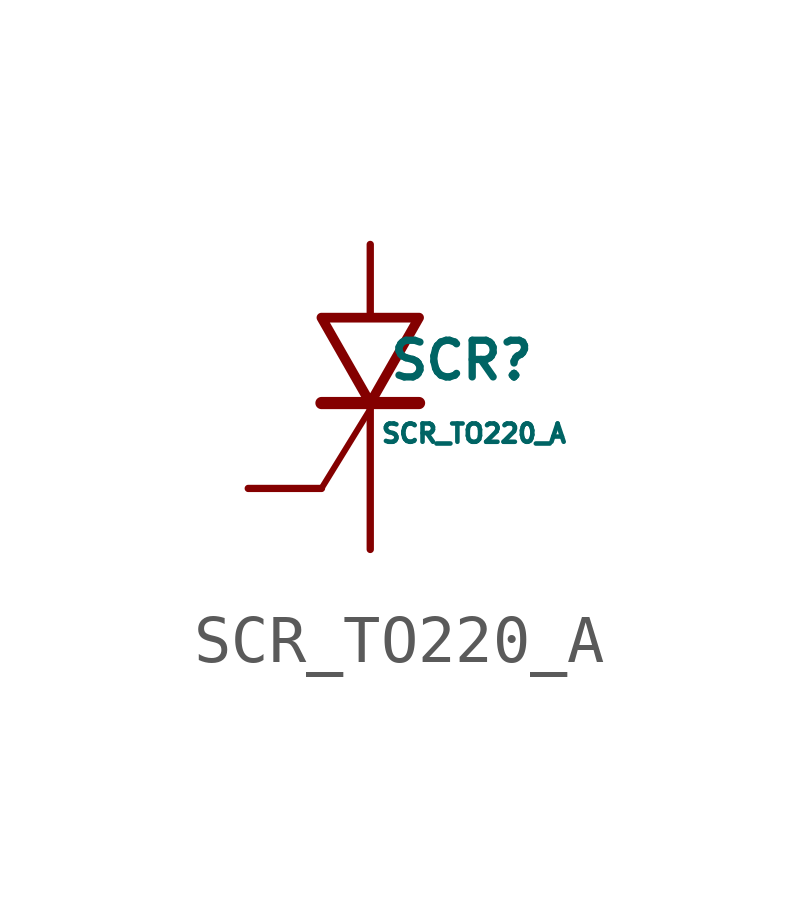
<source format=kicad_sym>
(kicad_symbol_lib
  (version 20210619)
  (generator kicad_symbol_editor)
  (symbol "SCR_TO220_A"
    (pin_numbers hide)
    (pin_names
      (offset 1.016) hide)
    (property "Reference" "SCR"
      (at 1.905 0.127 0)
      (effects (font (size 0.762 0.762))))
    (property "Value" "SCR_TO220_A"
      (at 2.159 -1.397 0)
      (effects (font (size 0.381 0.381))))
    (symbol "SCR_TO220_A_0_1"
      (polyline (pts (xy -1.016 -2.54) (xy 0 -0.889)) (stroke (width 0.127)) (fill (type none)))
      (polyline (pts (xy -1.016 -0.762) (xy 1.016 -0.762)) (stroke (width 0.254)) (fill (type none)))
      (polyline (pts (xy 1.016 1.016) (xy -1.016 1.016) (xy 0 -0.762) (xy 1.016 1.016)) (stroke (width 0.203)) (fill (type none))))
    (symbol "SCR_TO220_A_1_1"
      (pin passive line (at 0 -3.81 90) (length 3.048) (name "Cathode" (effects (font (size 0.762 0.762)))) (number "1" (effects (font (size 0.762 0.762)))))
      (pin passive line (at 0 2.54 270) (length 1.524) (name "Anode" (effects (font (size 0.762 0.762)))) (number "2" (effects (font (size 0.762 0.762)))))
      (pin passive line (at -2.54 -2.54 0) (length 1.524) (name "Gate" (effects (font (size 0.762 0.762)))) (number "3" (effects (font (size 0.762 0.762))))))))
</source>
